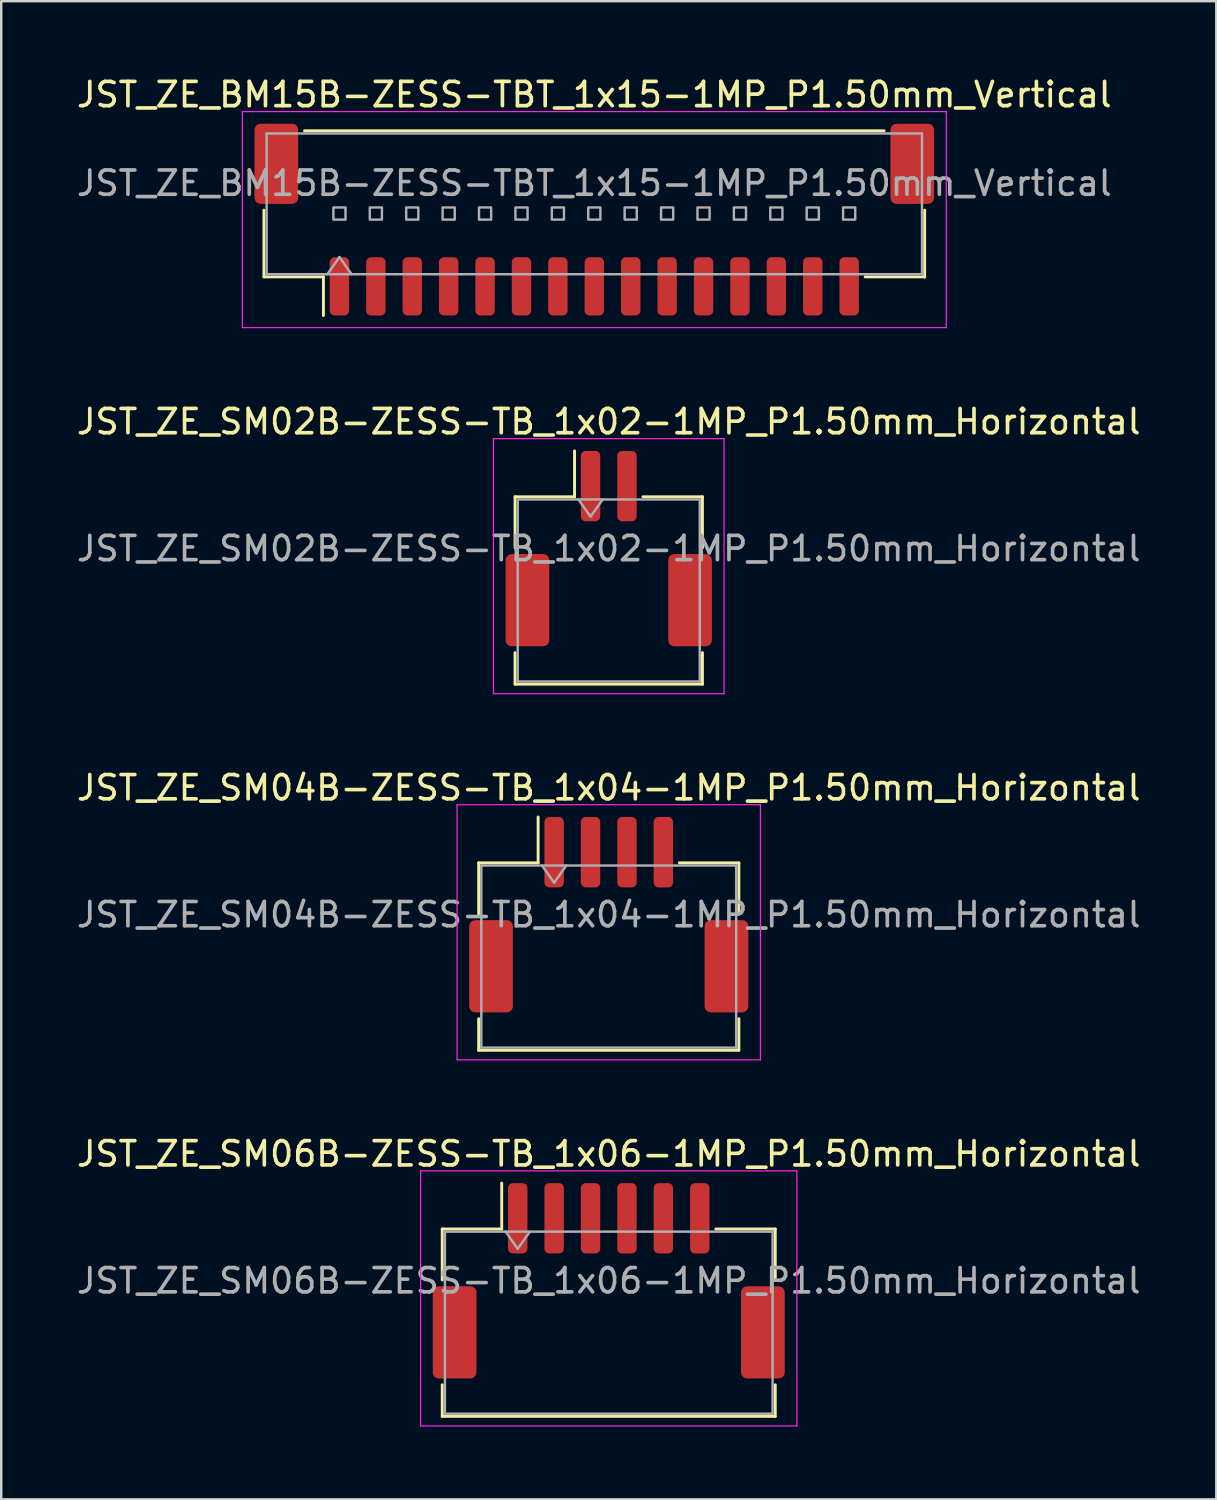
<source format=kicad_pcb>
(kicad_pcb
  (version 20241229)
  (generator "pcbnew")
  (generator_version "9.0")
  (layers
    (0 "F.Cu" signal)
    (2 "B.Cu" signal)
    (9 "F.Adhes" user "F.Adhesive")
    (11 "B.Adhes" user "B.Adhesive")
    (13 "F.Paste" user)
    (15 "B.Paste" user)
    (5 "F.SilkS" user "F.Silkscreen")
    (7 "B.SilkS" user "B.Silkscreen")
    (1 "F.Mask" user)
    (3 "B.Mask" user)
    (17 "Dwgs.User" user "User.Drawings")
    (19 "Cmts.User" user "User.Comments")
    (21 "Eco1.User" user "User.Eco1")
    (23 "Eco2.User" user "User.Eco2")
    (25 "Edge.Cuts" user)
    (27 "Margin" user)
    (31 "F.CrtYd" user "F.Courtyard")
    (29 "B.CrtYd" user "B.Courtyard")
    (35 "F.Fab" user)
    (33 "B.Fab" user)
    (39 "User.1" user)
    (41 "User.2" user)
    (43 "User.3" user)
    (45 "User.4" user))
  (footprint "JST_ZE_SM04B-ZESS-TB_1x04-1MP_P1.50mm_Horizontal"
    (layer "F.Cu")
    (at 22.03 34.635)
    (property "Reference" "JST_ZE_SM04B-ZESS-TB_1x04-1MP_P1.50mm_Horizontal" (at 0 -5.23 0) (layer "F.SilkS") (effects (font (size 1 1) (thickness 0.15))))
    (attr smd)
    (fp_line (start -5.36 -2.135) (end -2.91 -2.135) (stroke (width 0.12) (type solid)) (layer "F.SilkS"))
    (fp_line (start -5.36 -0.035) (end -5.36 -2.135) (stroke (width 0.12) (type solid)) (layer "F.SilkS"))
    (fp_line (start -5.36 4.285) (end -5.36 5.585) (stroke (width 0.12) (type solid)) (layer "F.SilkS"))
    (fp_line (start -5.36 5.585) (end 5.36 5.585) (stroke (width 0.12) (type solid)) (layer "F.SilkS"))
    (fp_line (start -2.91 -2.135) (end -2.91 -4.025) (stroke (width 0.12) (type solid)) (layer "F.SilkS"))
    (fp_line (start 5.36 -2.135) (end 2.91 -2.135) (stroke (width 0.12) (type solid)) (layer "F.SilkS"))
    (fp_line (start 5.36 -0.035) (end 5.36 -2.135) (stroke (width 0.12) (type solid)) (layer "F.SilkS"))
    (fp_line (start 5.36 5.585) (end 5.36 4.285) (stroke (width 0.12) (type solid)) (layer "F.SilkS"))
    (fp_line (start -6.25 -4.53) (end -6.25 5.98) (stroke (width 0.05) (type solid)) (layer "F.CrtYd"))
    (fp_line (start -6.25 5.98) (end 6.25 5.98) (stroke (width 0.05) (type solid)) (layer "F.CrtYd"))
    (fp_line (start 6.25 -4.53) (end -6.25 -4.53) (stroke (width 0.05) (type solid)) (layer "F.CrtYd"))
    (fp_line (start 6.25 5.98) (end 6.25 -4.53) (stroke (width 0.05) (type solid)) (layer "F.CrtYd"))
    (fp_line (start -5.25 -2.025) (end -5.25 5.475) (stroke (width 0.1) (type solid)) (layer "F.Fab"))
    (fp_line (start -5.25 -2.025) (end 5.25 -2.025) (stroke (width 0.1) (type solid)) (layer "F.Fab"))
    (fp_line (start -5.25 5.475) (end 5.25 5.475) (stroke (width 0.1) (type solid)) (layer "F.Fab"))
    (fp_line (start -2.75 -2.025) (end -2.25 -1.318) (stroke (width 0.1) (type solid)) (layer "F.Fab"))
    (fp_line (start -2.25 -1.318) (end -1.75 -2.025) (stroke (width 0.1) (type solid)) (layer "F.Fab"))
    (fp_line (start 5.25 -2.025) (end 5.25 5.475) (stroke (width 0.1) (type solid)) (layer "F.Fab"))
    (fp_text user "${REFERENCE}" (at 0 0 0) (layer "F.Fab") (effects (font (size 1 1) (thickness 0.15))))
    (pad "1" smd roundrect (at -2.25 -2.575) (size 0.8 2.9) (layers "F.Cu" "F.Mask" "F.Paste") (roundrect_rratio 0.25))
    (pad "2" smd roundrect (at -0.75 -2.575) (size 0.8 2.9) (layers "F.Cu" "F.Mask" "F.Paste") (roundrect_rratio 0.25))
    (pad "3" smd roundrect (at 0.75 -2.575) (size 0.8 2.9) (layers "F.Cu" "F.Mask" "F.Paste") (roundrect_rratio 0.25))
    (pad "4" smd roundrect (at 2.25 -2.575) (size 0.8 2.9) (layers "F.Cu" "F.Mask" "F.Paste") (roundrect_rratio 0.25))
    (pad "MP" smd roundrect (at -4.85 2.125) (size 1.8 3.8) (layers "F.Cu" "F.Mask" "F.Paste") (roundrect_rratio 0.139))
    (pad "MP" smd roundrect (at 4.85 2.125) (size 1.8 3.8) (layers "F.Cu" "F.Mask" "F.Paste") (roundrect_rratio 0.139)))
  (footprint "JST_ZE_SM02B-ZESS-TB_1x02-1MP_P1.50mm_Horizontal"
    (layer "F.Cu")
    (at 22.03 19.552)
    (property "Reference" "JST_ZE_SM02B-ZESS-TB_1x02-1MP_P1.50mm_Horizontal" (at 0 -5.23 0) (layer "F.SilkS") (effects (font (size 1 1) (thickness 0.15))))
    (attr smd)
    (fp_line (start -3.86 -2.135) (end -1.41 -2.135) (stroke (width 0.12) (type solid)) (layer "F.SilkS"))
    (fp_line (start -3.86 -0.035) (end -3.86 -2.135) (stroke (width 0.12) (type solid)) (layer "F.SilkS"))
    (fp_line (start -3.86 4.285) (end -3.86 5.585) (stroke (width 0.12) (type solid)) (layer "F.SilkS"))
    (fp_line (start -3.86 5.585) (end 3.86 5.585) (stroke (width 0.12) (type solid)) (layer "F.SilkS"))
    (fp_line (start -1.41 -2.135) (end -1.41 -4.025) (stroke (width 0.12) (type solid)) (layer "F.SilkS"))
    (fp_line (start 3.86 -2.135) (end 1.41 -2.135) (stroke (width 0.12) (type solid)) (layer "F.SilkS"))
    (fp_line (start 3.86 -0.035) (end 3.86 -2.135) (stroke (width 0.12) (type solid)) (layer "F.SilkS"))
    (fp_line (start 3.86 5.585) (end 3.86 4.285) (stroke (width 0.12) (type solid)) (layer "F.SilkS"))
    (fp_line (start -4.75 -4.53) (end -4.75 5.98) (stroke (width 0.05) (type solid)) (layer "F.CrtYd"))
    (fp_line (start -4.75 5.98) (end 4.75 5.98) (stroke (width 0.05) (type solid)) (layer "F.CrtYd"))
    (fp_line (start 4.75 -4.53) (end -4.75 -4.53) (stroke (width 0.05) (type solid)) (layer "F.CrtYd"))
    (fp_line (start 4.75 5.98) (end 4.75 -4.53) (stroke (width 0.05) (type solid)) (layer "F.CrtYd"))
    (fp_line (start -3.75 -2.025) (end -3.75 5.475) (stroke (width 0.1) (type solid)) (layer "F.Fab"))
    (fp_line (start -3.75 -2.025) (end 3.75 -2.025) (stroke (width 0.1) (type solid)) (layer "F.Fab"))
    (fp_line (start -3.75 5.475) (end 3.75 5.475) (stroke (width 0.1) (type solid)) (layer "F.Fab"))
    (fp_line (start -1.25 -2.025) (end -0.75 -1.318) (stroke (width 0.1) (type solid)) (layer "F.Fab"))
    (fp_line (start -0.75 -1.318) (end -0.25 -2.025) (stroke (width 0.1) (type solid)) (layer "F.Fab"))
    (fp_line (start 3.75 -2.025) (end 3.75 5.475) (stroke (width 0.1) (type solid)) (layer "F.Fab"))
    (fp_text user "${REFERENCE}" (at 0 0 0) (layer "F.Fab") (effects (font (size 1 1) (thickness 0.15))))
    (pad "1" smd roundrect (at -0.75 -2.575) (size 0.8 2.9) (layers "F.Cu" "F.Mask" "F.Paste") (roundrect_rratio 0.25))
    (pad "2" smd roundrect (at 0.75 -2.575) (size 0.8 2.9) (layers "F.Cu" "F.Mask" "F.Paste") (roundrect_rratio 0.25))
    (pad "MP" smd roundrect (at -3.35 2.125) (size 1.8 3.8) (layers "F.Cu" "F.Mask" "F.Paste") (roundrect_rratio 0.139))
    (pad "MP" smd roundrect (at 3.35 2.125) (size 1.8 3.8) (layers "F.Cu" "F.Mask" "F.Paste") (roundrect_rratio 0.139)))
  (footprint "JST_ZE_BM15B-ZESS-TBT_1x15-1MP_P1.50mm_Vertical"
    (layer "F.Cu")
    (at 21.435 5.998)
    (property "Reference" "JST_ZE_BM15B-ZESS-TBT_1x15-1MP_P1.50mm_Vertical" (at 0 -5.15 0) (layer "F.SilkS") (effects (font (size 1 1) (thickness 0.15))))
    (attr smd)
    (fp_line (start -13.61 -0.39) (end -13.61 2.36) (stroke (width 0.12) (type solid)) (layer "F.SilkS"))
    (fp_line (start -13.61 2.36) (end -11.16 2.36) (stroke (width 0.12) (type solid)) (layer "F.SilkS"))
    (fp_line (start -11.94 -3.66) (end 11.94 -3.66) (stroke (width 0.12) (type solid)) (layer "F.SilkS"))
    (fp_line (start -11.16 2.36) (end -11.16 3.95) (stroke (width 0.12) (type solid)) (layer "F.SilkS"))
    (fp_line (start 13.61 -0.39) (end 13.61 2.36) (stroke (width 0.12) (type solid)) (layer "F.SilkS"))
    (fp_line (start 13.61 2.36) (end 11.16 2.36) (stroke (width 0.12) (type solid)) (layer "F.SilkS"))
    (fp_line (start -14.5 -4.45) (end -14.5 4.45) (stroke (width 0.05) (type solid)) (layer "F.CrtYd"))
    (fp_line (start -14.5 4.45) (end 14.5 4.45) (stroke (width 0.05) (type solid)) (layer "F.CrtYd"))
    (fp_line (start 14.5 -4.45) (end -14.5 -4.45) (stroke (width 0.05) (type solid)) (layer "F.CrtYd"))
    (fp_line (start 14.5 4.45) (end 14.5 -4.45) (stroke (width 0.05) (type solid)) (layer "F.CrtYd"))
    (fp_line (start -13.5 -3.55) (end 13.5 -3.55) (stroke (width 0.1) (type solid)) (layer "F.Fab"))
    (fp_line (start -13.5 2.25) (end -13.5 -3.55) (stroke (width 0.1) (type solid)) (layer "F.Fab"))
    (fp_line (start -13.5 2.25) (end 13.5 2.25) (stroke (width 0.1) (type solid)) (layer "F.Fab"))
    (fp_line (start -11 2.25) (end -10.5 1.543) (stroke (width 0.1) (type solid)) (layer "F.Fab"))
    (fp_line (start -10.5 1.543) (end -10 2.25) (stroke (width 0.1) (type solid)) (layer "F.Fab"))
    (fp_line (start 13.5 2.25) (end 13.5 -3.55) (stroke (width 0.1) (type solid)) (layer "F.Fab"))
    (fp_rect (start -10.75 -0.5) (end -10.25 0) (stroke (width 0.1) (type solid)) (fill no) (layer "F.Fab"))
    (fp_rect (start -9.25 -0.5) (end -8.75 0) (stroke (width 0.1) (type solid)) (fill no) (layer "F.Fab"))
    (fp_rect (start -7.75 -0.5) (end -7.25 0) (stroke (width 0.1) (type solid)) (fill no) (layer "F.Fab"))
    (fp_rect (start -6.25 -0.5) (end -5.75 0) (stroke (width 0.1) (type solid)) (fill no) (layer "F.Fab"))
    (fp_rect (start -4.75 -0.5) (end -4.25 0) (stroke (width 0.1) (type solid)) (fill no) (layer "F.Fab"))
    (fp_rect (start -3.25 -0.5) (end -2.75 0) (stroke (width 0.1) (type solid)) (fill no) (layer "F.Fab"))
    (fp_rect (start -1.75 -0.5) (end -1.25 0) (stroke (width 0.1) (type solid)) (fill no) (layer "F.Fab"))
    (fp_rect (start -0.25 -0.5) (end 0.25 0) (stroke (width 0.1) (type solid)) (fill no) (layer "F.Fab"))
    (fp_rect (start 1.25 -0.5) (end 1.75 0) (stroke (width 0.1) (type solid)) (fill no) (layer "F.Fab"))
    (fp_rect (start 2.75 -0.5) (end 3.25 0) (stroke (width 0.1) (type solid)) (fill no) (layer "F.Fab"))
    (fp_rect (start 4.25 -0.5) (end 4.75 0) (stroke (width 0.1) (type solid)) (fill no) (layer "F.Fab"))
    (fp_rect (start 5.75 -0.5) (end 6.25 0) (stroke (width 0.1) (type solid)) (fill no) (layer "F.Fab"))
    (fp_rect (start 7.25 -0.5) (end 7.75 0) (stroke (width 0.1) (type solid)) (fill no) (layer "F.Fab"))
    (fp_rect (start 8.75 -0.5) (end 9.25 0) (stroke (width 0.1) (type solid)) (fill no) (layer "F.Fab"))
    (fp_rect (start 10.25 -0.5) (end 10.75 0) (stroke (width 0.1) (type solid)) (fill no) (layer "F.Fab"))
    (fp_text user "${REFERENCE}" (at 0 -1.5 0) (layer "F.Fab") (effects (font (size 1 1) (thickness 0.15))))
    (pad "1" smd roundrect (at -10.5 2.75) (size 0.8 2.4) (layers "F.Cu" "F.Mask" "F.Paste") (roundrect_rratio 0.25))
    (pad "2" smd roundrect (at -9 2.75) (size 0.8 2.4) (layers "F.Cu" "F.Mask" "F.Paste") (roundrect_rratio 0.25))
    (pad "3" smd roundrect (at -7.5 2.75) (size 0.8 2.4) (layers "F.Cu" "F.Mask" "F.Paste") (roundrect_rratio 0.25))
    (pad "4" smd roundrect (at -6 2.75) (size 0.8 2.4) (layers "F.Cu" "F.Mask" "F.Paste") (roundrect_rratio 0.25))
    (pad "5" smd roundrect (at -4.5 2.75) (size 0.8 2.4) (layers "F.Cu" "F.Mask" "F.Paste") (roundrect_rratio 0.25))
    (pad "6" smd roundrect (at -3 2.75) (size 0.8 2.4) (layers "F.Cu" "F.Mask" "F.Paste") (roundrect_rratio 0.25))
    (pad "7" smd roundrect (at -1.5 2.75) (size 0.8 2.4) (layers "F.Cu" "F.Mask" "F.Paste") (roundrect_rratio 0.25))
    (pad "8" smd roundrect (at 0 2.75) (size 0.8 2.4) (layers "F.Cu" "F.Mask" "F.Paste") (roundrect_rratio 0.25))
    (pad "9" smd roundrect (at 1.5 2.75) (size 0.8 2.4) (layers "F.Cu" "F.Mask" "F.Paste") (roundrect_rratio 0.25))
    (pad "10" smd roundrect (at 3 2.75) (size 0.8 2.4) (layers "F.Cu" "F.Mask" "F.Paste") (roundrect_rratio 0.25))
    (pad "11" smd roundrect (at 4.5 2.75) (size 0.8 2.4) (layers "F.Cu" "F.Mask" "F.Paste") (roundrect_rratio 0.25))
    (pad "12" smd roundrect (at 6 2.75) (size 0.8 2.4) (layers "F.Cu" "F.Mask" "F.Paste") (roundrect_rratio 0.25))
    (pad "13" smd roundrect (at 7.5 2.75) (size 0.8 2.4) (layers "F.Cu" "F.Mask" "F.Paste") (roundrect_rratio 0.25))
    (pad "14" smd roundrect (at 9 2.75) (size 0.8 2.4) (layers "F.Cu" "F.Mask" "F.Paste") (roundrect_rratio 0.25))
    (pad "15" smd roundrect (at 10.5 2.75) (size 0.8 2.4) (layers "F.Cu" "F.Mask" "F.Paste") (roundrect_rratio 0.25))
    (pad "MP" smd roundrect (at -13.1 -2.3) (size 1.8 3.3) (layers "F.Cu" "F.Mask" "F.Paste") (roundrect_rratio 0.139))
    (pad "MP" smd roundrect (at 13.1 -2.3) (size 1.8 3.3) (layers "F.Cu" "F.Mask" "F.Paste") (roundrect_rratio 0.139)))
  (footprint "JST_ZE_SM06B-ZESS-TB_1x06-1MP_P1.50mm_Horizontal"
    (layer "F.Cu")
    (at 22.03 49.718)
    (property "Reference" "JST_ZE_SM06B-ZESS-TB_1x06-1MP_P1.50mm_Horizontal" (at 0 -5.23 0) (layer "F.SilkS") (effects (font (size 1 1) (thickness 0.15))))
    (attr smd)
    (fp_line (start -6.86 -2.135) (end -4.41 -2.135) (stroke (width 0.12) (type solid)) (layer "F.SilkS"))
    (fp_line (start -6.86 -0.035) (end -6.86 -2.135) (stroke (width 0.12) (type solid)) (layer "F.SilkS"))
    (fp_line (start -6.86 4.285) (end -6.86 5.585) (stroke (width 0.12) (type solid)) (layer "F.SilkS"))
    (fp_line (start -6.86 5.585) (end 6.86 5.585) (stroke (width 0.12) (type solid)) (layer "F.SilkS"))
    (fp_line (start -4.41 -2.135) (end -4.41 -4.025) (stroke (width 0.12) (type solid)) (layer "F.SilkS"))
    (fp_line (start 6.86 -2.135) (end 4.41 -2.135) (stroke (width 0.12) (type solid)) (layer "F.SilkS"))
    (fp_line (start 6.86 -0.035) (end 6.86 -2.135) (stroke (width 0.12) (type solid)) (layer "F.SilkS"))
    (fp_line (start 6.86 5.585) (end 6.86 4.285) (stroke (width 0.12) (type solid)) (layer "F.SilkS"))
    (fp_line (start -7.75 -4.53) (end -7.75 5.98) (stroke (width 0.05) (type solid)) (layer "F.CrtYd"))
    (fp_line (start -7.75 5.98) (end 7.75 5.98) (stroke (width 0.05) (type solid)) (layer "F.CrtYd"))
    (fp_line (start 7.75 -4.53) (end -7.75 -4.53) (stroke (width 0.05) (type solid)) (layer "F.CrtYd"))
    (fp_line (start 7.75 5.98) (end 7.75 -4.53) (stroke (width 0.05) (type solid)) (layer "F.CrtYd"))
    (fp_line (start -6.75 -2.025) (end -6.75 5.475) (stroke (width 0.1) (type solid)) (layer "F.Fab"))
    (fp_line (start -6.75 -2.025) (end 6.75 -2.025) (stroke (width 0.1) (type solid)) (layer "F.Fab"))
    (fp_line (start -6.75 5.475) (end 6.75 5.475) (stroke (width 0.1) (type solid)) (layer "F.Fab"))
    (fp_line (start -4.25 -2.025) (end -3.75 -1.318) (stroke (width 0.1) (type solid)) (layer "F.Fab"))
    (fp_line (start -3.75 -1.318) (end -3.25 -2.025) (stroke (width 0.1) (type solid)) (layer "F.Fab"))
    (fp_line (start 6.75 -2.025) (end 6.75 5.475) (stroke (width 0.1) (type solid)) (layer "F.Fab"))
    (fp_text user "${REFERENCE}" (at 0 0 0) (layer "F.Fab") (effects (font (size 1 1) (thickness 0.15))))
    (pad "1" smd roundrect (at -3.75 -2.575) (size 0.8 2.9) (layers "F.Cu" "F.Mask" "F.Paste") (roundrect_rratio 0.25))
    (pad "2" smd roundrect (at -2.25 -2.575) (size 0.8 2.9) (layers "F.Cu" "F.Mask" "F.Paste") (roundrect_rratio 0.25))
    (pad "3" smd roundrect (at -0.75 -2.575) (size 0.8 2.9) (layers "F.Cu" "F.Mask" "F.Paste") (roundrect_rratio 0.25))
    (pad "4" smd roundrect (at 0.75 -2.575) (size 0.8 2.9) (layers "F.Cu" "F.Mask" "F.Paste") (roundrect_rratio 0.25))
    (pad "5" smd roundrect (at 2.25 -2.575) (size 0.8 2.9) (layers "F.Cu" "F.Mask" "F.Paste") (roundrect_rratio 0.25))
    (pad "6" smd roundrect (at 3.75 -2.575) (size 0.8 2.9) (layers "F.Cu" "F.Mask" "F.Paste") (roundrect_rratio 0.25))
    (pad "MP" smd roundrect (at -6.35 2.125) (size 1.8 3.8) (layers "F.Cu" "F.Mask" "F.Paste") (roundrect_rratio 0.139))
    (pad "MP" smd roundrect (at 6.35 2.125) (size 1.8 3.8) (layers "F.Cu" "F.Mask" "F.Paste") (roundrect_rratio 0.139)))
  (gr_rect
    (start -3 -3)
    (end 47.06 58.723)
    (stroke (width 0.1) (type default))
    (fill no)
    (layer "Edge.Cuts")))
</source>
